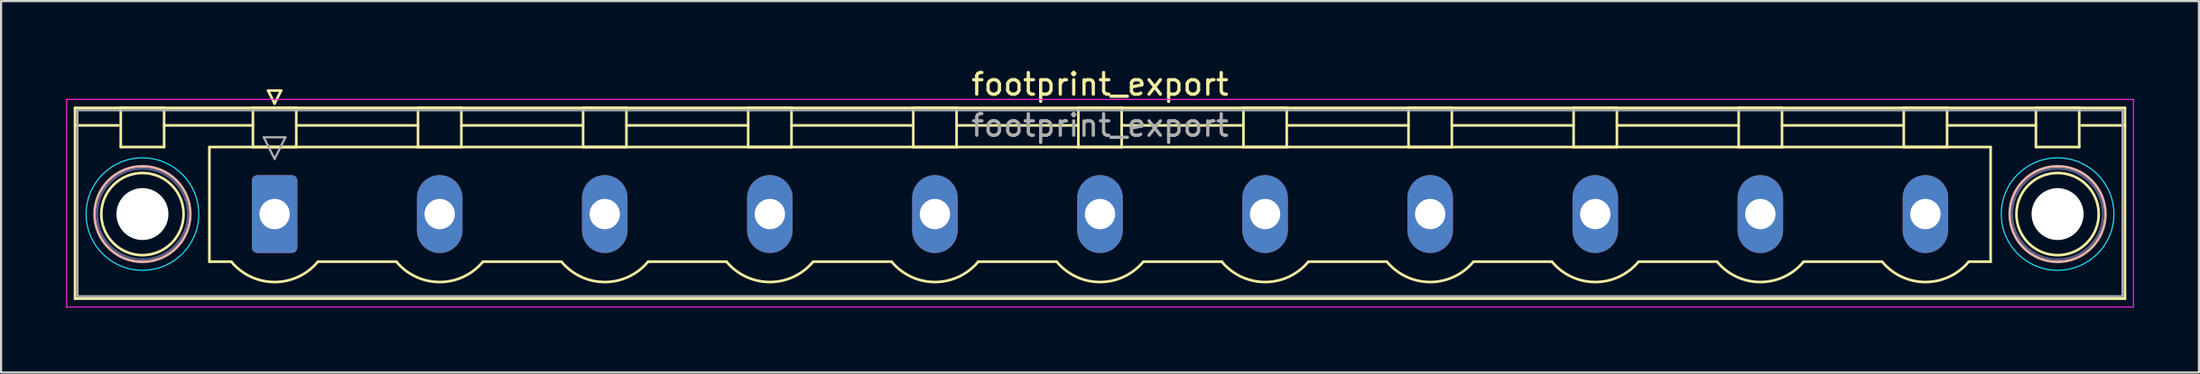
<source format=kicad_pcb>
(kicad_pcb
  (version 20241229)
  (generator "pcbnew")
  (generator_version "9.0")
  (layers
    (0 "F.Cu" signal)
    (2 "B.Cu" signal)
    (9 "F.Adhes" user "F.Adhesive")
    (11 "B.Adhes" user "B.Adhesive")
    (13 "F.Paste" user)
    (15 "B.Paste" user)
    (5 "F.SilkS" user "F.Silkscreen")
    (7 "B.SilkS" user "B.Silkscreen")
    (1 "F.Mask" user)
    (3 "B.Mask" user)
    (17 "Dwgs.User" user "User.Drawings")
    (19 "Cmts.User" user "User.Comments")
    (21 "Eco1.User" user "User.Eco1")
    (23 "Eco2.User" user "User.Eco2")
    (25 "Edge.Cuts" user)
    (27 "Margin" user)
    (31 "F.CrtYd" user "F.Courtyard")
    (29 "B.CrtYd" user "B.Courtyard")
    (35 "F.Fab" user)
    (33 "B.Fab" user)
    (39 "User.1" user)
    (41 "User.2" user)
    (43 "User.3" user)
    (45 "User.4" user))
  (footprint "footprint_export"
    (layer "F.Cu")
    (at 9.625 6.848)
    (property "Reference" "footprint_export" (at 38.1 -6 0) (layer "F.SilkS") (effects (font (size 1 1) (thickness 0.15))))
    (attr through_hole)
    (fp_line (start -9.21 -4.91) (end -9.21 3.91) (stroke (width 0.12) (type solid)) (layer "F.SilkS"))
    (fp_line (start -9.21 -4.1) (end -7.21 -4.1) (stroke (width 0.12) (type solid)) (layer "F.SilkS"))
    (fp_line (start -9.21 3.91) (end 85.41 3.91) (stroke (width 0.12) (type solid)) (layer "F.SilkS"))
    (fp_line (start -7.1 -4.91) (end -5.1 -4.91) (stroke (width 0.12) (type solid)) (layer "F.SilkS"))
    (fp_line (start -7.1 -3.1) (end -7.1 -4.91) (stroke (width 0.12) (type solid)) (layer "F.SilkS"))
    (fp_line (start -5.1 -4.91) (end -5.1 -3.1) (stroke (width 0.12) (type solid)) (layer "F.SilkS"))
    (fp_line (start -5.1 -4.1) (end -1 -4.1) (stroke (width 0.12) (type solid)) (layer "F.SilkS"))
    (fp_line (start -5.1 -3.1) (end -7.1 -3.1) (stroke (width 0.12) (type solid)) (layer "F.SilkS"))
    (fp_line (start -3.01 -3.1) (end 79.21 -3.1) (stroke (width 0.12) (type solid)) (layer "F.SilkS"))
    (fp_line (start -3.01 2.2) (end -3.01 -3.1) (stroke (width 0.12) (type solid)) (layer "F.SilkS"))
    (fp_line (start -2 2.2) (end -3.01 2.2) (stroke (width 0.12) (type solid)) (layer "F.SilkS"))
    (fp_line (start -1 -4.91) (end 1 -4.91) (stroke (width 0.12) (type solid)) (layer "F.SilkS"))
    (fp_line (start -1 -3.1) (end -1 -4.91) (stroke (width 0.12) (type solid)) (layer "F.SilkS"))
    (fp_line (start -0.3 -5.71) (end 0.3 -5.71) (stroke (width 0.12) (type solid)) (layer "F.SilkS"))
    (fp_line (start 0 -5.11) (end -0.3 -5.71) (stroke (width 0.12) (type solid)) (layer "F.SilkS"))
    (fp_line (start 0.3 -5.71) (end 0 -5.11) (stroke (width 0.12) (type solid)) (layer "F.SilkS"))
    (fp_line (start 1 -4.91) (end 1 -3.1) (stroke (width 0.12) (type solid)) (layer "F.SilkS"))
    (fp_line (start 1 -4.1) (end 6.62 -4.1) (stroke (width 0.12) (type solid)) (layer "F.SilkS"))
    (fp_line (start 1 -3.1) (end -1 -3.1) (stroke (width 0.12) (type solid)) (layer "F.SilkS"))
    (fp_line (start 2 2.2) (end 5.62 2.2) (stroke (width 0.12) (type solid)) (layer "F.SilkS"))
    (fp_line (start 6.62 -4.91) (end 8.62 -4.91) (stroke (width 0.12) (type solid)) (layer "F.SilkS"))
    (fp_line (start 6.62 -3.1) (end 6.62 -4.91) (stroke (width 0.12) (type solid)) (layer "F.SilkS"))
    (fp_line (start 8.62 -4.91) (end 8.62 -3.1) (stroke (width 0.12) (type solid)) (layer "F.SilkS"))
    (fp_line (start 8.62 -4.1) (end 14.24 -4.1) (stroke (width 0.12) (type solid)) (layer "F.SilkS"))
    (fp_line (start 8.62 -3.1) (end 6.62 -3.1) (stroke (width 0.12) (type solid)) (layer "F.SilkS"))
    (fp_line (start 9.62 2.2) (end 13.24 2.2) (stroke (width 0.12) (type solid)) (layer "F.SilkS"))
    (fp_line (start 14.24 -4.91) (end 16.24 -4.91) (stroke (width 0.12) (type solid)) (layer "F.SilkS"))
    (fp_line (start 14.24 -3.1) (end 14.24 -4.91) (stroke (width 0.12) (type solid)) (layer "F.SilkS"))
    (fp_line (start 16.24 -4.91) (end 16.24 -3.1) (stroke (width 0.12) (type solid)) (layer "F.SilkS"))
    (fp_line (start 16.24 -4.1) (end 21.86 -4.1) (stroke (width 0.12) (type solid)) (layer "F.SilkS"))
    (fp_line (start 16.24 -3.1) (end 14.24 -3.1) (stroke (width 0.12) (type solid)) (layer "F.SilkS"))
    (fp_line (start 17.24 2.2) (end 20.86 2.2) (stroke (width 0.12) (type solid)) (layer "F.SilkS"))
    (fp_line (start 21.86 -4.91) (end 23.86 -4.91) (stroke (width 0.12) (type solid)) (layer "F.SilkS"))
    (fp_line (start 21.86 -3.1) (end 21.86 -4.91) (stroke (width 0.12) (type solid)) (layer "F.SilkS"))
    (fp_line (start 23.86 -4.91) (end 23.86 -3.1) (stroke (width 0.12) (type solid)) (layer "F.SilkS"))
    (fp_line (start 23.86 -4.1) (end 29.48 -4.1) (stroke (width 0.12) (type solid)) (layer "F.SilkS"))
    (fp_line (start 23.86 -3.1) (end 21.86 -3.1) (stroke (width 0.12) (type solid)) (layer "F.SilkS"))
    (fp_line (start 24.86 2.2) (end 28.48 2.2) (stroke (width 0.12) (type solid)) (layer "F.SilkS"))
    (fp_line (start 29.48 -4.91) (end 31.48 -4.91) (stroke (width 0.12) (type solid)) (layer "F.SilkS"))
    (fp_line (start 29.48 -3.1) (end 29.48 -4.91) (stroke (width 0.12) (type solid)) (layer "F.SilkS"))
    (fp_line (start 31.48 -4.91) (end 31.48 -3.1) (stroke (width 0.12) (type solid)) (layer "F.SilkS"))
    (fp_line (start 31.48 -4.1) (end 37.1 -4.1) (stroke (width 0.12) (type solid)) (layer "F.SilkS"))
    (fp_line (start 31.48 -3.1) (end 29.48 -3.1) (stroke (width 0.12) (type solid)) (layer "F.SilkS"))
    (fp_line (start 32.48 2.2) (end 36.1 2.2) (stroke (width 0.12) (type solid)) (layer "F.SilkS"))
    (fp_line (start 37.1 -4.91) (end 39.1 -4.91) (stroke (width 0.12) (type solid)) (layer "F.SilkS"))
    (fp_line (start 37.1 -3.1) (end 37.1 -4.91) (stroke (width 0.12) (type solid)) (layer "F.SilkS"))
    (fp_line (start 39.1 -4.91) (end 39.1 -3.1) (stroke (width 0.12) (type solid)) (layer "F.SilkS"))
    (fp_line (start 39.1 -4.1) (end 44.72 -4.1) (stroke (width 0.12) (type solid)) (layer "F.SilkS"))
    (fp_line (start 39.1 -3.1) (end 37.1 -3.1) (stroke (width 0.12) (type solid)) (layer "F.SilkS"))
    (fp_line (start 40.1 2.2) (end 43.72 2.2) (stroke (width 0.12) (type solid)) (layer "F.SilkS"))
    (fp_line (start 44.72 -4.91) (end 46.72 -4.91) (stroke (width 0.12) (type solid)) (layer "F.SilkS"))
    (fp_line (start 44.72 -3.1) (end 44.72 -4.91) (stroke (width 0.12) (type solid)) (layer "F.SilkS"))
    (fp_line (start 46.72 -4.91) (end 46.72 -3.1) (stroke (width 0.12) (type solid)) (layer "F.SilkS"))
    (fp_line (start 46.72 -4.1) (end 52.34 -4.1) (stroke (width 0.12) (type solid)) (layer "F.SilkS"))
    (fp_line (start 46.72 -3.1) (end 44.72 -3.1) (stroke (width 0.12) (type solid)) (layer "F.SilkS"))
    (fp_line (start 47.72 2.2) (end 51.34 2.2) (stroke (width 0.12) (type solid)) (layer "F.SilkS"))
    (fp_line (start 52.34 -4.91) (end 54.34 -4.91) (stroke (width 0.12) (type solid)) (layer "F.SilkS"))
    (fp_line (start 52.34 -3.1) (end 52.34 -4.91) (stroke (width 0.12) (type solid)) (layer "F.SilkS"))
    (fp_line (start 54.34 -4.91) (end 54.34 -3.1) (stroke (width 0.12) (type solid)) (layer "F.SilkS"))
    (fp_line (start 54.34 -4.1) (end 59.96 -4.1) (stroke (width 0.12) (type solid)) (layer "F.SilkS"))
    (fp_line (start 54.34 -3.1) (end 52.34 -3.1) (stroke (width 0.12) (type solid)) (layer "F.SilkS"))
    (fp_line (start 55.34 2.2) (end 58.96 2.2) (stroke (width 0.12) (type solid)) (layer "F.SilkS"))
    (fp_line (start 59.96 -4.91) (end 61.96 -4.91) (stroke (width 0.12) (type solid)) (layer "F.SilkS"))
    (fp_line (start 59.96 -3.1) (end 59.96 -4.91) (stroke (width 0.12) (type solid)) (layer "F.SilkS"))
    (fp_line (start 61.96 -4.91) (end 61.96 -3.1) (stroke (width 0.12) (type solid)) (layer "F.SilkS"))
    (fp_line (start 61.96 -4.1) (end 67.58 -4.1) (stroke (width 0.12) (type solid)) (layer "F.SilkS"))
    (fp_line (start 61.96 -3.1) (end 59.96 -3.1) (stroke (width 0.12) (type solid)) (layer "F.SilkS"))
    (fp_line (start 62.96 2.2) (end 66.58 2.2) (stroke (width 0.12) (type solid)) (layer "F.SilkS"))
    (fp_line (start 67.58 -4.91) (end 69.58 -4.91) (stroke (width 0.12) (type solid)) (layer "F.SilkS"))
    (fp_line (start 67.58 -3.1) (end 67.58 -4.91) (stroke (width 0.12) (type solid)) (layer "F.SilkS"))
    (fp_line (start 69.58 -4.91) (end 69.58 -3.1) (stroke (width 0.12) (type solid)) (layer "F.SilkS"))
    (fp_line (start 69.58 -4.1) (end 75.2 -4.1) (stroke (width 0.12) (type solid)) (layer "F.SilkS"))
    (fp_line (start 69.58 -3.1) (end 67.58 -3.1) (stroke (width 0.12) (type solid)) (layer "F.SilkS"))
    (fp_line (start 70.58 2.2) (end 74.2 2.2) (stroke (width 0.12) (type solid)) (layer "F.SilkS"))
    (fp_line (start 75.2 -4.91) (end 77.2 -4.91) (stroke (width 0.12) (type solid)) (layer "F.SilkS"))
    (fp_line (start 75.2 -3.1) (end 75.2 -4.91) (stroke (width 0.12) (type solid)) (layer "F.SilkS"))
    (fp_line (start 77.2 -4.91) (end 77.2 -3.1) (stroke (width 0.12) (type solid)) (layer "F.SilkS"))
    (fp_line (start 77.2 -4.1) (end 81.3 -4.1) (stroke (width 0.12) (type solid)) (layer "F.SilkS"))
    (fp_line (start 77.2 -3.1) (end 75.2 -3.1) (stroke (width 0.12) (type solid)) (layer "F.SilkS"))
    (fp_line (start 79.21 -3.1) (end 79.21 2.2) (stroke (width 0.12) (type solid)) (layer "F.SilkS"))
    (fp_line (start 79.21 2.2) (end 78.2 2.2) (stroke (width 0.12) (type solid)) (layer "F.SilkS"))
    (fp_line (start 81.3 -4.91) (end 83.3 -4.91) (stroke (width 0.12) (type solid)) (layer "F.SilkS"))
    (fp_line (start 81.3 -3.1) (end 81.3 -4.91) (stroke (width 0.12) (type solid)) (layer "F.SilkS"))
    (fp_line (start 83.3 -4.91) (end 83.3 -3.1) (stroke (width 0.12) (type solid)) (layer "F.SilkS"))
    (fp_line (start 83.3 -3.1) (end 81.3 -3.1) (stroke (width 0.12) (type solid)) (layer "F.SilkS"))
    (fp_line (start 85.41 -4.91) (end -9.21 -4.91) (stroke (width 0.12) (type solid)) (layer "F.SilkS"))
    (fp_line (start 85.41 -4.1) (end 83.41 -4.1) (stroke (width 0.12) (type solid)) (layer "F.SilkS"))
    (fp_line (start 85.41 3.91) (end 85.41 -4.91) (stroke (width 0.12) (type solid)) (layer "F.SilkS"))
    (fp_arc (start 1.986842 2.215821) (mid -0.010289 3.142758) (end -2 2.2) (stroke (width 0.12) (type solid)) (layer "F.SilkS"))
    (fp_arc (start 9.606842 2.215821) (mid 7.609711 3.142758) (end 5.62 2.2) (stroke (width 0.12) (type solid)) (layer "F.SilkS"))
    (fp_arc (start 17.226842 2.215821) (mid 15.229711 3.142758) (end 13.24 2.2) (stroke (width 0.12) (type solid)) (layer "F.SilkS"))
    (fp_arc (start 24.846842 2.215821) (mid 22.849711 3.142758) (end 20.86 2.2) (stroke (width 0.12) (type solid)) (layer "F.SilkS"))
    (fp_arc (start 32.466842 2.215821) (mid 30.469711 3.142758) (end 28.48 2.2) (stroke (width 0.12) (type solid)) (layer "F.SilkS"))
    (fp_arc (start 40.086842 2.215821) (mid 38.089711 3.142758) (end 36.1 2.2) (stroke (width 0.12) (type solid)) (layer "F.SilkS"))
    (fp_arc (start 47.706842 2.215821) (mid 45.709711 3.142758) (end 43.72 2.2) (stroke (width 0.12) (type solid)) (layer "F.SilkS"))
    (fp_arc (start 55.326842 2.215821) (mid 53.329711 3.142758) (end 51.34 2.2) (stroke (width 0.12) (type solid)) (layer "F.SilkS"))
    (fp_arc (start 62.946842 2.215821) (mid 60.949711 3.142758) (end 58.96 2.2) (stroke (width 0.12) (type solid)) (layer "F.SilkS"))
    (fp_arc (start 70.566842 2.215821) (mid 68.569711 3.142758) (end 66.58 2.2) (stroke (width 0.12) (type solid)) (layer "F.SilkS"))
    (fp_arc (start 78.186842 2.215821) (mid 76.189711 3.142758) (end 74.2 2.2) (stroke (width 0.12) (type solid)) (layer "F.SilkS"))
    (fp_circle (center -6.1 0) (end -4.2 0) (stroke (width 0.12) (type solid)) (fill no) (layer "F.SilkS"))
    (fp_circle (center 82.3 0) (end 84.2 0) (stroke (width 0.12) (type solid)) (fill no) (layer "F.SilkS"))
    (fp_circle (center -6.1 0) (end -3.89 0) (stroke (width 0.12) (type solid)) (fill no) (layer "B.SilkS"))
    (fp_circle (center 82.3 0) (end 84.51 0) (stroke (width 0.12) (type solid)) (fill no) (layer "B.SilkS"))
    (fp_circle (center -6.1 0) (end -3.5 0) (stroke (width 0.05) (type solid)) (fill no) (layer "B.CrtYd"))
    (fp_circle (center 82.3 0) (end 84.9 0) (stroke (width 0.05) (type solid)) (fill no) (layer "B.CrtYd"))
    (fp_line (start -9.6 -5.3) (end -9.6 4.3) (stroke (width 0.05) (type solid)) (layer "F.CrtYd"))
    (fp_line (start -9.6 4.3) (end 85.8 4.3) (stroke (width 0.05) (type solid)) (layer "F.CrtYd"))
    (fp_line (start 85.8 -5.3) (end -9.6 -5.3) (stroke (width 0.05) (type solid)) (layer "F.CrtYd"))
    (fp_line (start 85.8 4.3) (end 85.8 -5.3) (stroke (width 0.05) (type solid)) (layer "F.CrtYd"))
    (fp_circle (center -6.1 0) (end -4 0) (stroke (width 0.1) (type solid)) (fill no) (layer "B.Fab"))
    (fp_circle (center 82.3 0) (end 84.4 0) (stroke (width 0.1) (type solid)) (fill no) (layer "B.Fab"))
    (fp_line (start -9.1 -4.8) (end -9.1 3.8) (stroke (width 0.1) (type solid)) (layer "F.Fab"))
    (fp_line (start -9.1 3.8) (end 85.3 3.8) (stroke (width 0.1) (type solid)) (layer "F.Fab"))
    (fp_line (start -0.5 -3.55) (end 0.5 -3.55) (stroke (width 0.1) (type solid)) (layer "F.Fab"))
    (fp_line (start 0 -2.55) (end -0.5 -3.55) (stroke (width 0.1) (type solid)) (layer "F.Fab"))
    (fp_line (start 0.5 -3.55) (end 0 -2.55) (stroke (width 0.1) (type solid)) (layer "F.Fab"))
    (fp_line (start 85.3 -4.8) (end -9.1 -4.8) (stroke (width 0.1) (type solid)) (layer "F.Fab"))
    (fp_line (start 85.3 3.8) (end 85.3 -4.8) (stroke (width 0.1) (type solid)) (layer "F.Fab"))
    (fp_text user "${REFERENCE}" (at 38.1 -4.1 0) (layer "F.Fab") (effects (font (size 1 1) (thickness 0.15))))
    (pad "" np_thru_hole circle (at -6.1 0) (size 2.4 2.4) (drill 2.4) (layers "*.Cu" "*.Mask"))
    (pad "" np_thru_hole circle (at 82.3 0) (size 2.4 2.4) (drill 2.4) (layers "*.Cu" "*.Mask"))
    (pad "1" thru_hole roundrect (at 0 0) (size 2.1 3.6) (drill 1.4) (layers "*.Cu" "*.Mask") (roundrect_rratio 0.119))
    (pad "2" thru_hole oval (at 7.62 0) (size 2.1 3.6) (drill 1.4) (layers "*.Cu" "*.Mask"))
    (pad "3" thru_hole oval (at 15.24 0) (size 2.1 3.6) (drill 1.4) (layers "*.Cu" "*.Mask"))
    (pad "4" thru_hole oval (at 22.86 0) (size 2.1 3.6) (drill 1.4) (layers "*.Cu" "*.Mask"))
    (pad "5" thru_hole oval (at 30.48 0) (size 2.1 3.6) (drill 1.4) (layers "*.Cu" "*.Mask"))
    (pad "6" thru_hole oval (at 38.1 0) (size 2.1 3.6) (drill 1.4) (layers "*.Cu" "*.Mask"))
    (pad "7" thru_hole oval (at 45.72 0) (size 2.1 3.6) (drill 1.4) (layers "*.Cu" "*.Mask"))
    (pad "8" thru_hole oval (at 53.34 0) (size 2.1 3.6) (drill 1.4) (layers "*.Cu" "*.Mask"))
    (pad "9" thru_hole oval (at 60.96 0) (size 2.1 3.6) (drill 1.4) (layers "*.Cu" "*.Mask"))
    (pad "10" thru_hole oval (at 68.58 0) (size 2.1 3.6) (drill 1.4) (layers "*.Cu" "*.Mask"))
    (pad "11" thru_hole oval (at 76.2 0) (size 2.1 3.6) (drill 1.4) (layers "*.Cu" "*.Mask")))
  (gr_rect
    (start -3 -3)
    (end 98.45 14.173)
    (stroke (width 0.1) (type default))
    (fill no)
    (layer "Edge.Cuts")))
</source>
